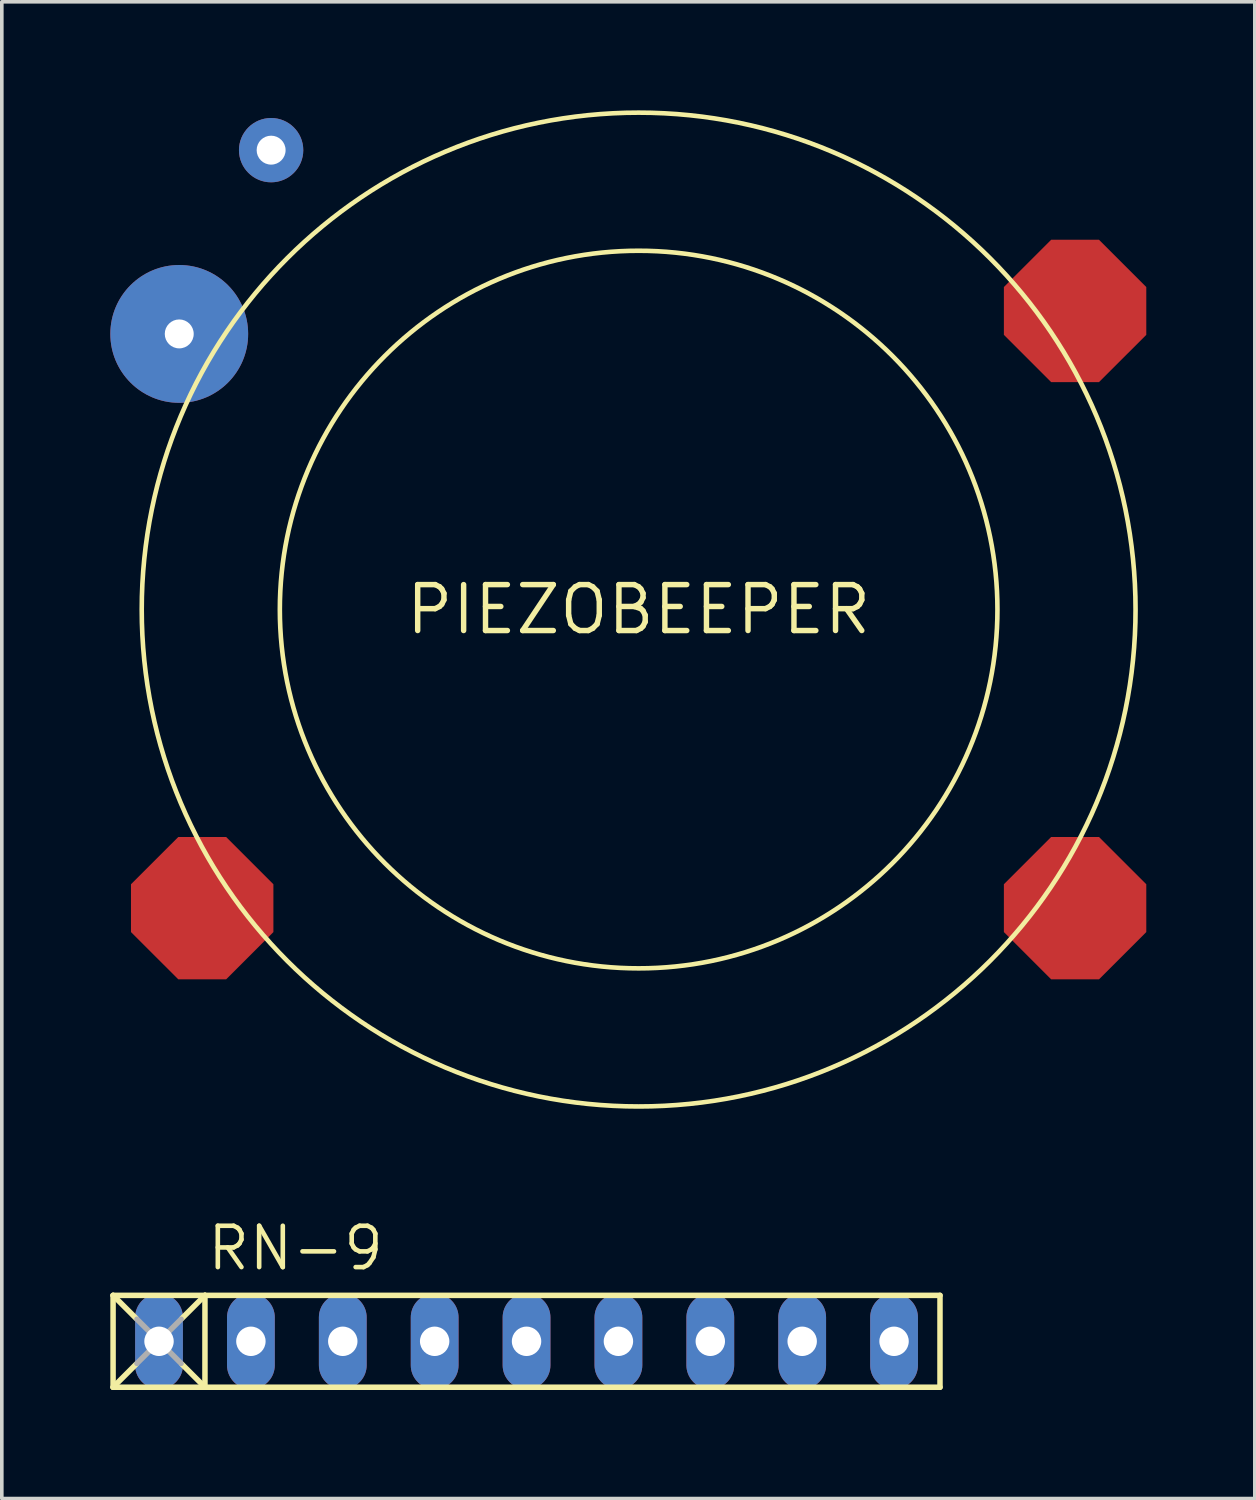
<source format=kicad_pcb>
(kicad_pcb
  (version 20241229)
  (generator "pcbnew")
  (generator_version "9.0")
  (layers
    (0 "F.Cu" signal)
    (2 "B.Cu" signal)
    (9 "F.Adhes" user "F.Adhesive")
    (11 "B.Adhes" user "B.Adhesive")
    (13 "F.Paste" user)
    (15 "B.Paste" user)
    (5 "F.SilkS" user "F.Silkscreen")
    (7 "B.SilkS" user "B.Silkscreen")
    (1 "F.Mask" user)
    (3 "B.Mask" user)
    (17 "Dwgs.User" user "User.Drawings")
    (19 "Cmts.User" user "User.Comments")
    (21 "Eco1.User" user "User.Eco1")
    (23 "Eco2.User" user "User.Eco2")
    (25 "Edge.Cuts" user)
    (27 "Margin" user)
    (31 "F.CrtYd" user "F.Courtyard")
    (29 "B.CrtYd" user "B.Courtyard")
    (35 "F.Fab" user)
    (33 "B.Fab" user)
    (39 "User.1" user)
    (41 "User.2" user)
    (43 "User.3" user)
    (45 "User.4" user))
  (footprint "PIEZOBEEPER"
    (layer "F.Cu")
    (at 14.605 13.801)
    (property "Reference" "PIEZOBEEPER" (at 0 0 0) (layer "F.SilkS") (effects (font (size 1.27 1.27) (thickness 0.15))))
    (fp_poly (pts (xy -10.097 7.594) (xy -10.097 8.916) (xy -11.404 10.223) (xy -12.726 10.223) (xy -14.034 8.916) (xy -14.034 7.594) (xy -12.726 6.287) (xy -11.404 6.287)) (stroke (width 0) (type default)) (fill yes) (layer "F.Cu"))
    (fp_poly (pts (xy 14.034 -8.916) (xy 14.034 -7.594) (xy 12.726 -6.287) (xy 11.404 -6.287) (xy 10.097 -7.594) (xy 10.097 -8.916) (xy 11.404 -10.223) (xy 12.726 -10.223)) (stroke (width 0) (type default)) (fill yes) (layer "F.Cu"))
    (fp_poly (pts (xy 14.034 7.594) (xy 14.034 8.916) (xy 12.726 10.223) (xy 11.404 10.223) (xy 10.097 8.916) (xy 10.097 7.594) (xy 11.404 6.287) (xy 12.726 6.287)) (stroke (width 0) (type default)) (fill yes) (layer "F.Cu"))
    (fp_circle (center 0 0) (end 9.919 0) (stroke (width 0.127) (type solid)) (fill no) (layer "F.SilkS"))
    (fp_circle (center 0 0) (end 13.737 0) (stroke (width 0.127) (type solid)) (fill no) (layer "F.SilkS"))
    (pad "1" thru_hole circle (at -10.16 -12.7) (size 1.778 1.778) (drill 0.8) (layers "*.Cu" "*.Mask"))
    (pad "2" thru_hole circle (at -12.7 -7.62) (size 3.81 3.81) (drill 0.8) (layers "*.Cu" "*.Mask")))
  (footprint "RN-9"
    (layer "F.Cu")
    (at 11.506 34.03)
    (property "Reference" "RN-9" (at -8.89 -1.905 0) (unlocked yes) (layer "F.SilkS") (effects (font (size 1.143 1.143) (thickness 0.127)) (justify left bottom)))
    (fp_line (start -11.43 -1.27) (end -11.43 1.27) (stroke (width 0.152) (type solid)) (layer "F.SilkS"))
    (fp_line (start -11.43 -1.27) (end -10.795 -0.635) (stroke (width 0.152) (type solid)) (layer "F.SilkS"))
    (fp_line (start -11.43 1.27) (end -10.795 0.635) (stroke (width 0.152) (type solid)) (layer "F.SilkS"))
    (fp_line (start -11.43 1.27) (end -8.89 1.27) (stroke (width 0.152) (type solid)) (layer "F.SilkS"))
    (fp_line (start -8.89 -1.27) (end -11.43 -1.27) (stroke (width 0.152) (type solid)) (layer "F.SilkS"))
    (fp_line (start -8.89 -1.27) (end -9.525 -0.635) (stroke (width 0.152) (type solid)) (layer "F.SilkS"))
    (fp_line (start -8.89 -1.27) (end -8.89 1.27) (stroke (width 0.152) (type solid)) (layer "F.SilkS"))
    (fp_line (start -8.89 1.27) (end -9.525 0.635) (stroke (width 0.152) (type solid)) (layer "F.SilkS"))
    (fp_line (start -8.89 1.27) (end 11.43 1.27) (stroke (width 0.152) (type solid)) (layer "F.SilkS"))
    (fp_line (start 11.43 -1.27) (end -8.89 -1.27) (stroke (width 0.152) (type solid)) (layer "F.SilkS"))
    (fp_line (start 11.43 1.27) (end 11.43 -1.27) (stroke (width 0.152) (type solid)) (layer "F.SilkS"))
    (fp_line (start -10.77 -0.61) (end -9.55 0.61) (stroke (width 0.152) (type solid)) (layer "F.Fab"))
    (fp_line (start -10.77 0.61) (end -9.55 -0.61) (stroke (width 0.152) (type solid)) (layer "F.Fab"))
    (pad "1" thru_hole oval (at -10.16 0 90) (size 2.642 1.321) (drill 0.813) (layers "*.Cu" "*.Mask"))
    (pad "2" thru_hole oval (at -7.62 0 90) (size 2.642 1.321) (drill 0.813) (layers "*.Cu" "*.Mask"))
    (pad "3" thru_hole oval (at -5.08 0 90) (size 2.642 1.321) (drill 0.813) (layers "*.Cu" "*.Mask"))
    (pad "4" thru_hole oval (at -2.54 0 90) (size 2.642 1.321) (drill 0.813) (layers "*.Cu" "*.Mask"))
    (pad "5" thru_hole oval (at 0 0 90) (size 2.642 1.321) (drill 0.813) (layers "*.Cu" "*.Mask"))
    (pad "6" thru_hole oval (at 2.54 0 90) (size 2.642 1.321) (drill 0.813) (layers "*.Cu" "*.Mask"))
    (pad "7" thru_hole oval (at 5.08 0 90) (size 2.642 1.321) (drill 0.813) (layers "*.Cu" "*.Mask"))
    (pad "8" thru_hole oval (at 7.62 0 90) (size 2.642 1.321) (drill 0.813) (layers "*.Cu" "*.Mask"))
    (pad "9" thru_hole oval (at 10.16 0 90) (size 2.642 1.321) (drill 0.813) (layers "*.Cu" "*.Mask")))
  (gr_rect
    (start -3 -3)
    (end 31.639 38.376)
    (stroke (width 0.1) (type default))
    (fill no)
    (layer "Edge.Cuts")))
</source>
